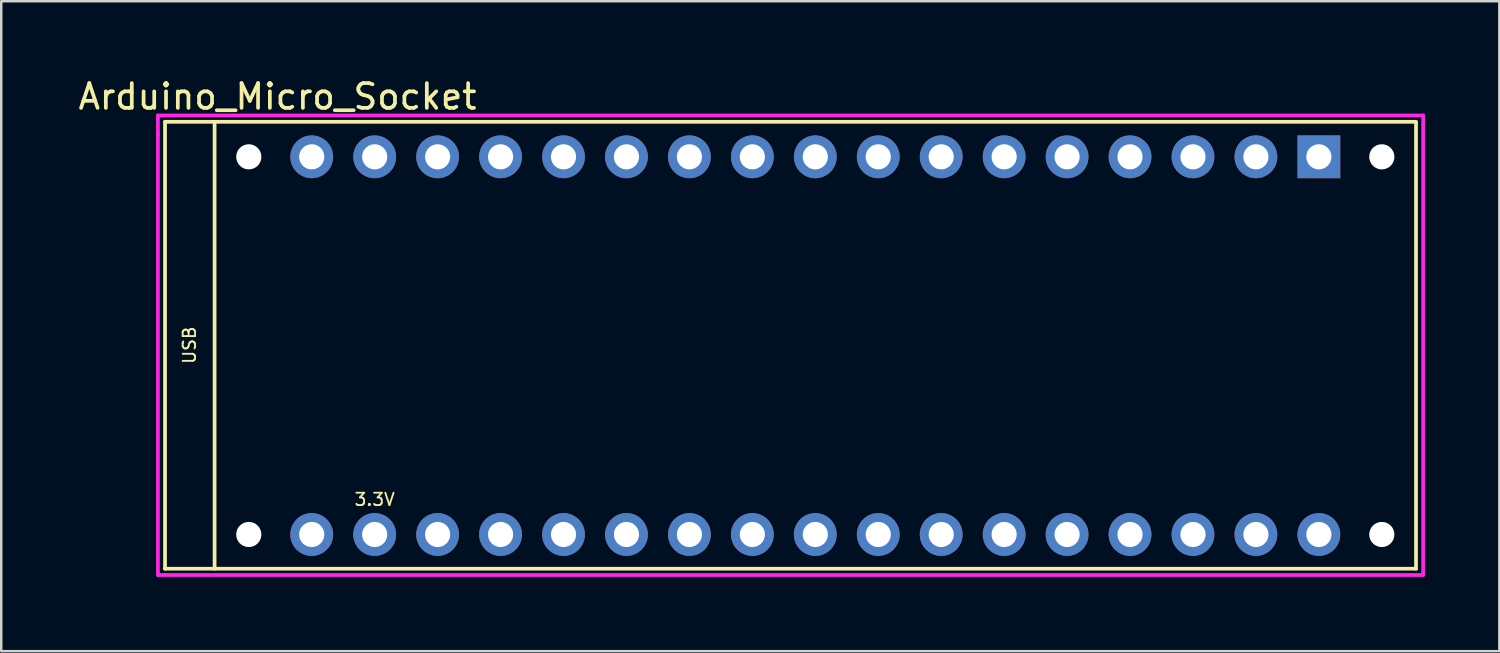
<source format=kicad_pcb>
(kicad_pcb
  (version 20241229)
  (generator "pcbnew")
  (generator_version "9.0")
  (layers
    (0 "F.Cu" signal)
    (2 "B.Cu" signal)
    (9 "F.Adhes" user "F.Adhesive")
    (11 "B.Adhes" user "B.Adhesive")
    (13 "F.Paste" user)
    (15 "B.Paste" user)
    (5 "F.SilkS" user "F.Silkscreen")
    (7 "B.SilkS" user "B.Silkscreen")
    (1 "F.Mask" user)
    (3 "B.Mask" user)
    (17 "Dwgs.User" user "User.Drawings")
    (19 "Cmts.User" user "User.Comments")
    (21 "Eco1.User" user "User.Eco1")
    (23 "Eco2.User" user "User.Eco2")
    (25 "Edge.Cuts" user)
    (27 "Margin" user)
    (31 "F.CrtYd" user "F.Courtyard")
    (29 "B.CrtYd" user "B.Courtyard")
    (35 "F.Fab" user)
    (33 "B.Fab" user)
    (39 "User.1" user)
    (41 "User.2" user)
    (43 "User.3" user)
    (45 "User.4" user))
  (footprint "Arduino_Micro_Socket"
    (layer "F.Cu")
    (at 9.529 18.518)
    (property "Reference" "Arduino_Micro_Socket" (at -1.38 -17.67 0) (layer "F.SilkS") (effects (font (size 1 1) (thickness 0.15))))
    (attr through_hole)
    (fp_line (start -5.92 -16.654) (end -5.92 1.38) (stroke (width 0.15) (type solid)) (layer "F.SilkS"))
    (fp_line (start -5.92 -16.654) (end 44.56 -16.654) (stroke (width 0.15) (type solid)) (layer "F.SilkS"))
    (fp_line (start -5.92 1.38) (end 44.56 1.38) (stroke (width 0.15) (type solid)) (layer "F.SilkS"))
    (fp_line (start -3.92 -16.62) (end -3.92 1.38) (stroke (width 0.15) (type solid)) (layer "F.SilkS"))
    (fp_line (start 44.56 -16.62) (end 44.56 1.38) (stroke (width 0.15) (type solid)) (layer "F.SilkS"))
    (fp_line (start -6.206 -16.908) (end 44.848 -16.908) (stroke (width 0.15) (type solid)) (layer "F.CrtYd"))
    (fp_line (start -6.206 -16.146) (end -6.206 -16.908) (stroke (width 0.15) (type solid)) (layer "F.CrtYd"))
    (fp_line (start -6.206 1.634) (end -6.206 -16.146) (stroke (width 0.15) (type solid)) (layer "F.CrtYd"))
    (fp_line (start -5.952 1.634) (end -6.206 1.634) (stroke (width 0.15) (type solid)) (layer "F.CrtYd"))
    (fp_line (start 44.848 -16.908) (end 44.848 1.634) (stroke (width 0.15) (type solid)) (layer "F.CrtYd"))
    (fp_line (start 44.848 1.634) (end -5.952 1.634) (stroke (width 0.15) (type solid)) (layer "F.CrtYd"))
    (fp_text user "USB" (at -4.936 -7.637 90) (layer "F.SilkS") (effects (font (size 0.5 0.5) (thickness 0.075))))
    (fp_text user "3.3V" (at 2.54 -1.414 0) (layer "F.SilkS") (effects (font (size 0.5 0.5) (thickness 0.075))))
    (pad "" np_thru_hole circle (at -2.54 -15.24) (size 1.016 1.016) (drill 1.016) (layers "*.Cu" "*.Mask"))
    (pad "" np_thru_hole circle (at -2.54 0) (size 1.016 1.016) (drill 1.016) (layers "*.Cu" "*.Mask"))
    (pad "" thru_hole oval (at 22.86 0) (size 1.727 1.727) (drill 1.016) (layers "*.Cu" "*.Mask"))
    (pad "" thru_hole oval (at 25.4 0) (size 1.727 1.727) (drill 1.016) (layers "*.Cu" "*.Mask"))
    (pad "" np_thru_hole circle (at 43.18 -15.24) (size 1.016 1.016) (drill 1.016) (layers "*.Cu" "*.Mask"))
    (pad "" np_thru_hole circle (at 43.18 0) (size 1.016 1.016) (drill 1.016) (layers "*.Cu" "*.Mask"))
    (pad "3V3" thru_hole oval (at 2.54 0) (size 1.727 1.727) (drill 1.016) (layers "*.Cu" "*.Mask"))
    (pad "5V" thru_hole oval (at 27.94 0) (size 1.727 1.727) (drill 1.016) (layers "*.Cu" "*.Mask"))
    (pad "A0" thru_hole oval (at 7.62 0) (size 1.727 1.727) (drill 1.016) (layers "*.Cu" "*.Mask"))
    (pad "A1" thru_hole oval (at 10.16 0) (size 1.727 1.727) (drill 1.016) (layers "*.Cu" "*.Mask"))
    (pad "A2" thru_hole oval (at 12.7 0) (size 1.727 1.727) (drill 1.016) (layers "*.Cu" "*.Mask"))
    (pad "A3" thru_hole oval (at 15.24 0) (size 1.727 1.727) (drill 1.016) (layers "*.Cu" "*.Mask"))
    (pad "A4" thru_hole oval (at 17.78 0) (size 1.727 1.727) (drill 1.016) (layers "*.Cu" "*.Mask"))
    (pad "A5" thru_hole oval (at 20.32 0) (size 1.727 1.727) (drill 1.016) (layers "*.Cu" "*.Mask"))
    (pad "AREF" thru_hole oval (at 5.08 0) (size 1.727 1.727) (drill 1.016) (layers "*.Cu" "*.Mask"))
    (pad "D0" thru_hole oval (at 33.02 -15.24) (size 1.727 1.727) (drill 1.016) (layers "*.Cu" "*.Mask"))
    (pad "D1" thru_hole oval (at 35.56 -15.24) (size 1.727 1.727) (drill 1.016) (layers "*.Cu" "*.Mask"))
    (pad "D2" thru_hole oval (at 25.4 -15.24) (size 1.727 1.727) (drill 1.016) (layers "*.Cu" "*.Mask"))
    (pad "D3" thru_hole oval (at 22.86 -15.24) (size 1.727 1.727) (drill 1.016) (layers "*.Cu" "*.Mask"))
    (pad "D4" thru_hole oval (at 20.32 -15.24) (size 1.727 1.727) (drill 1.016) (layers "*.Cu" "*.Mask"))
    (pad "D5" thru_hole oval (at 17.78 -15.24) (size 1.727 1.727) (drill 1.016) (layers "*.Cu" "*.Mask"))
    (pad "D6" thru_hole oval (at 15.24 -15.24) (size 1.727 1.727) (drill 1.016) (layers "*.Cu" "*.Mask"))
    (pad "D7" thru_hole oval (at 12.7 -15.24) (size 1.727 1.727) (drill 1.016) (layers "*.Cu" "*.Mask"))
    (pad "D8" thru_hole oval (at 10.16 -15.24) (size 1.727 1.727) (drill 1.016) (layers "*.Cu" "*.Mask"))
    (pad "D9" thru_hole oval (at 7.62 -15.24) (size 1.727 1.727) (drill 1.016) (layers "*.Cu" "*.Mask"))
    (pad "D10" thru_hole oval (at 5.08 -15.24) (size 1.727 1.727) (drill 1.016) (layers "*.Cu" "*.Mask"))
    (pad "D11" thru_hole oval (at 2.54 -15.24) (size 1.727 1.727) (drill 1.016) (layers "*.Cu" "*.Mask"))
    (pad "D12" thru_hole oval (at 0 -15.24) (size 1.727 1.727) (drill 1.016) (layers "*.Cu" "*.Mask"))
    (pad "D13" thru_hole oval (at 0 0) (size 1.727 1.727) (drill 1.016) (layers "*.Cu" "*.Mask"))
    (pad "GND1" thru_hole oval (at 33.02 0) (size 1.727 1.727) (drill 1.016) (layers "*.Cu" "*.Mask"))
    (pad "GND2" thru_hole oval (at 27.94 -15.24) (size 1.727 1.727) (drill 1.016) (layers "*.Cu" "*.Mask"))
    (pad "MISO" thru_hole oval (at 38.1 0) (size 1.727 1.727) (drill 1.016) (layers "*.Cu" "*.Mask"))
    (pad "MOSI" thru_hole rect (at 40.64 -15.24) (size 1.727 1.727) (drill 1.016) (layers "*.Cu" "*.Mask"))
    (pad "RST1" thru_hole oval (at 30.48 0) (size 1.727 1.727) (drill 1.016) (layers "*.Cu" "*.Mask"))
    (pad "RST2" thru_hole oval (at 30.48 -15.24) (size 1.727 1.727) (drill 1.016) (layers "*.Cu" "*.Mask"))
    (pad "SCK" thru_hole oval (at 40.64 0) (size 1.727 1.727) (drill 1.016) (layers "*.Cu" "*.Mask"))
    (pad "SS" thru_hole oval (at 38.1 -15.24) (size 1.727 1.727) (drill 1.016) (layers "*.Cu" "*.Mask"))
    (pad "VIN" thru_hole oval (at 35.56 0) (size 1.727 1.727) (drill 1.016) (layers "*.Cu" "*.Mask")))
  (gr_rect
    (start -3 -3)
    (end 57.452 23.227)
    (stroke (width 0.1) (type default))
    (fill no)
    (layer "Edge.Cuts")))
</source>
